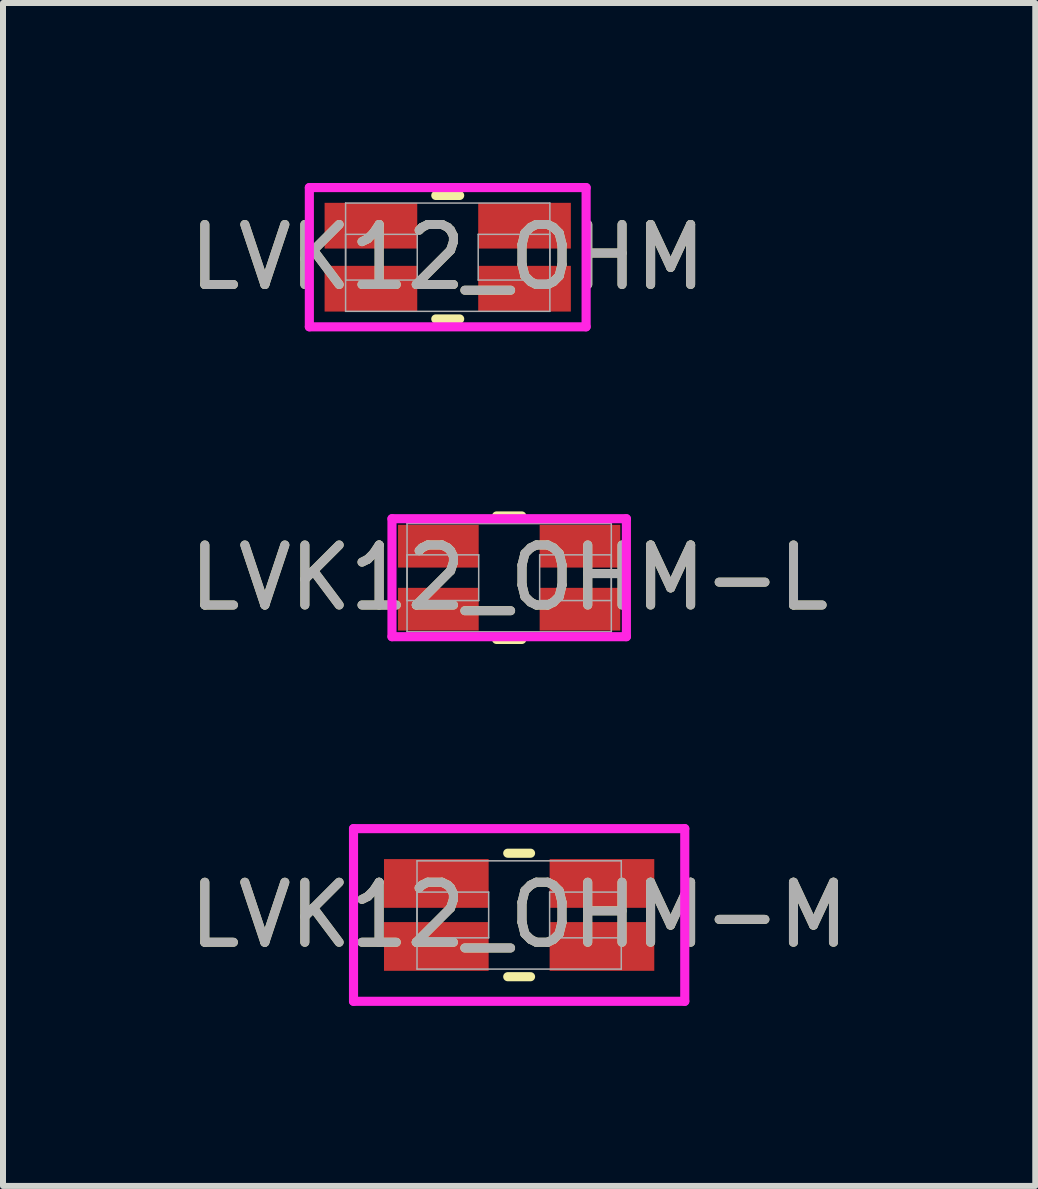
<source format=kicad_pcb>
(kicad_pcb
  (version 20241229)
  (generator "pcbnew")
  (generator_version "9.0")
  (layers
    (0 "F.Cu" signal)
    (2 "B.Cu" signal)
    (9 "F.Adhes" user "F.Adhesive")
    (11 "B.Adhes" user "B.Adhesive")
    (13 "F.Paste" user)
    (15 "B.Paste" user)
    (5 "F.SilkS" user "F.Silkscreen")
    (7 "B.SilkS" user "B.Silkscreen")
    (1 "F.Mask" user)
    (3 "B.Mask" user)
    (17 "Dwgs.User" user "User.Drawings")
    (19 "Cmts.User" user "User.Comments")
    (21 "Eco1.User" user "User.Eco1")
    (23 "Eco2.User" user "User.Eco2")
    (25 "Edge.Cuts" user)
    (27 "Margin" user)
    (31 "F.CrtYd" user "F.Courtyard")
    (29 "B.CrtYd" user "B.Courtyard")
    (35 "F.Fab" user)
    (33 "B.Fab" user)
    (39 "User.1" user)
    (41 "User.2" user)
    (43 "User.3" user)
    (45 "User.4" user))
  (footprint "LVK12_OHM-M"
    (layer "F.Cu")
    (at 5.601 12.197)
    (property "Reference" "LVK12_OHM-M" (at 0 0 0) (unlocked yes) (layer "F.SilkS") (effects (font (size 1 1) (thickness 0.15))))
    (attr smd)
    (fp_line (start -0.19 1.029) (end 0.19 1.029) (stroke (width 0.152) (type solid)) (layer "F.SilkS"))
    (fp_line (start 0.19 -1.029) (end -0.19 -1.029) (stroke (width 0.152) (type solid)) (layer "F.SilkS"))
    (fp_line (start -2.76 -1.439) (end 2.76 -1.439) (stroke (width 0.152) (type solid)) (layer "F.CrtYd"))
    (fp_line (start -2.76 1.439) (end -2.76 -1.439) (stroke (width 0.152) (type solid)) (layer "F.CrtYd"))
    (fp_line (start 2.76 -1.439) (end 2.76 1.439) (stroke (width 0.152) (type solid)) (layer "F.CrtYd"))
    (fp_line (start 2.76 1.439) (end -2.76 1.439) (stroke (width 0.152) (type solid)) (layer "F.CrtYd"))
    (fp_line (start -1.702 -0.902) (end -1.702 0.902) (stroke (width 0.025) (type solid)) (layer "F.Fab"))
    (fp_line (start -1.702 -0.381) (end -1.702 0.381) (stroke (width 0.025) (type solid)) (layer "F.Fab"))
    (fp_line (start -1.702 0.381) (end -0.508 0.381) (stroke (width 0.025) (type solid)) (layer "F.Fab"))
    (fp_line (start -1.702 0.902) (end 1.702 0.902) (stroke (width 0.025) (type solid)) (layer "F.Fab"))
    (fp_line (start -0.508 -0.381) (end -1.702 -0.381) (stroke (width 0.025) (type solid)) (layer "F.Fab"))
    (fp_line (start -0.508 0.381) (end -0.508 -0.381) (stroke (width 0.025) (type solid)) (layer "F.Fab"))
    (fp_line (start 0.508 -0.381) (end 0.508 0.381) (stroke (width 0.025) (type solid)) (layer "F.Fab"))
    (fp_line (start 0.508 0.381) (end 1.702 0.381) (stroke (width 0.025) (type solid)) (layer "F.Fab"))
    (fp_line (start 1.702 -0.902) (end -1.702 -0.902) (stroke (width 0.025) (type solid)) (layer "F.Fab"))
    (fp_line (start 1.702 -0.381) (end 0.508 -0.381) (stroke (width 0.025) (type solid)) (layer "F.Fab"))
    (fp_line (start 1.702 0.381) (end 1.702 -0.381) (stroke (width 0.025) (type solid)) (layer "F.Fab"))
    (fp_line (start 1.702 0.902) (end 1.702 -0.902) (stroke (width 0.025) (type solid)) (layer "F.Fab"))
    (fp_text user "${REFERENCE}" (at 0 0 0) (unlocked yes) (layer "F.Fab") (effects (font (size 1 1) (thickness 0.15))))
    (pad "1" smd rect (at -1.38 -0.525) (size 1.744 0.812) (layers "F.Cu" "F.Mask" "F.Paste"))
    (pad "2" smd rect (at -1.38 0.525) (size 1.744 0.812) (layers "F.Cu" "F.Mask" "F.Paste"))
    (pad "3" smd rect (at 1.38 0.525) (size 1.744 0.812) (layers "F.Cu" "F.Mask" "F.Paste"))
    (pad "4" smd rect (at 1.38 -0.525) (size 1.744 0.812) (layers "F.Cu" "F.Mask" "F.Paste"))
    (zone (net_name "") (layer "F.Cu") (hatch full 0.508) (connect_pads) (min_thickness 0.254) (filled_areas_thickness no) (keepout (tracks not_allowed) (vias not_allowed) (pads allowed) (copperpour not_allowed) (footprints allowed)) (placement (enabled no)) (fill) (polygon (pts (xy 5.144 11.347) (xy 6.058 11.347) (xy 6.058 13.048) (xy 5.144 13.048)))))
  (footprint "LVK12_OHM-L"
    (layer "F.Cu")
    (at 5.435 6.577)
    (property "Reference" "LVK12_OHM-L" (at 0 0 0) (unlocked yes) (layer "F.SilkS") (effects (font (size 1 1) (thickness 0.15))))
    (attr smd)
    (fp_line (start -0.21 1.029) (end 0.21 1.029) (stroke (width 0.152) (type solid)) (layer "F.SilkS"))
    (fp_line (start 0.21 -1.029) (end -0.21 -1.029) (stroke (width 0.152) (type solid)) (layer "F.SilkS"))
    (fp_line (start -1.953 -0.983) (end 1.953 -0.983) (stroke (width 0.152) (type solid)) (layer "F.CrtYd"))
    (fp_line (start -1.953 0.983) (end -1.953 -0.983) (stroke (width 0.152) (type solid)) (layer "F.CrtYd"))
    (fp_line (start 1.953 -0.983) (end 1.953 0.983) (stroke (width 0.152) (type solid)) (layer "F.CrtYd"))
    (fp_line (start 1.953 0.983) (end -1.953 0.983) (stroke (width 0.152) (type solid)) (layer "F.CrtYd"))
    (fp_line (start -1.702 -0.902) (end -1.702 0.902) (stroke (width 0.025) (type solid)) (layer "F.Fab"))
    (fp_line (start -1.702 -0.381) (end -1.702 0.381) (stroke (width 0.025) (type solid)) (layer "F.Fab"))
    (fp_line (start -1.702 0.381) (end -0.508 0.381) (stroke (width 0.025) (type solid)) (layer "F.Fab"))
    (fp_line (start -1.702 0.902) (end 1.702 0.902) (stroke (width 0.025) (type solid)) (layer "F.Fab"))
    (fp_line (start -0.508 -0.381) (end -1.702 -0.381) (stroke (width 0.025) (type solid)) (layer "F.Fab"))
    (fp_line (start -0.508 0.381) (end -0.508 -0.381) (stroke (width 0.025) (type solid)) (layer "F.Fab"))
    (fp_line (start 0.508 -0.381) (end 0.508 0.381) (stroke (width 0.025) (type solid)) (layer "F.Fab"))
    (fp_line (start 0.508 0.381) (end 1.702 0.381) (stroke (width 0.025) (type solid)) (layer "F.Fab"))
    (fp_line (start 1.702 -0.902) (end -1.702 -0.902) (stroke (width 0.025) (type solid)) (layer "F.Fab"))
    (fp_line (start 1.702 -0.381) (end 0.508 -0.381) (stroke (width 0.025) (type solid)) (layer "F.Fab"))
    (fp_line (start 1.702 0.381) (end 1.702 -0.381) (stroke (width 0.025) (type solid)) (layer "F.Fab"))
    (fp_line (start 1.702 0.902) (end 1.702 -0.902) (stroke (width 0.025) (type solid)) (layer "F.Fab"))
    (fp_text user "${REFERENCE}" (at 0 0 0) (unlocked yes) (layer "F.Fab") (effects (font (size 1 1) (thickness 0.15))))
    (pad "1" smd rect (at -1.18 -0.525) (size 1.344 0.712) (layers "F.Cu" "F.Mask" "F.Paste"))
    (pad "2" smd rect (at -1.18 0.525) (size 1.344 0.712) (layers "F.Cu" "F.Mask" "F.Paste"))
    (pad "3" smd rect (at 1.18 0.525) (size 1.344 0.712) (layers "F.Cu" "F.Mask" "F.Paste"))
    (pad "4" smd rect (at 1.18 -0.525) (size 1.344 0.712) (layers "F.Cu" "F.Mask" "F.Paste"))
    (zone (net_name "") (layer "F.Cu") (hatch full 0.508) (connect_pads) (min_thickness 0.254) (filled_areas_thickness no) (keepout (tracks not_allowed) (vias not_allowed) (pads allowed) (copperpour not_allowed) (footprints allowed)) (placement (enabled no)) (fill) (polygon (pts (xy 4.977 5.726) (xy 5.892 5.726) (xy 5.892 7.428) (xy 4.977 7.428)))))
  (footprint "LVK12_OHM"
    (layer "F.Cu")
    (at 4.411 1.236)
    (property "Reference" "LVK12_OHM" (at 0 0 0) (unlocked yes) (layer "F.SilkS") (effects (font (size 1 1) (thickness 0.15))))
    (attr smd)
    (fp_line (start -0.199 1.029) (end 0.199 1.029) (stroke (width 0.152) (type solid)) (layer "F.SilkS"))
    (fp_line (start 0.199 -1.029) (end -0.199 -1.029) (stroke (width 0.152) (type solid)) (layer "F.SilkS"))
    (fp_line (start -2.306 -1.16) (end 2.306 -1.16) (stroke (width 0.152) (type solid)) (layer "F.CrtYd"))
    (fp_line (start -2.306 1.16) (end -2.306 -1.16) (stroke (width 0.152) (type solid)) (layer "F.CrtYd"))
    (fp_line (start 2.306 -1.16) (end 2.306 1.16) (stroke (width 0.152) (type solid)) (layer "F.CrtYd"))
    (fp_line (start 2.306 1.16) (end -2.306 1.16) (stroke (width 0.152) (type solid)) (layer "F.CrtYd"))
    (fp_line (start -1.702 -0.902) (end -1.702 0.902) (stroke (width 0.025) (type solid)) (layer "F.Fab"))
    (fp_line (start -1.702 -0.381) (end -1.702 0.381) (stroke (width 0.025) (type solid)) (layer "F.Fab"))
    (fp_line (start -1.702 0.381) (end -0.508 0.381) (stroke (width 0.025) (type solid)) (layer "F.Fab"))
    (fp_line (start -1.702 0.902) (end 1.702 0.902) (stroke (width 0.025) (type solid)) (layer "F.Fab"))
    (fp_line (start -0.508 -0.381) (end -1.702 -0.381) (stroke (width 0.025) (type solid)) (layer "F.Fab"))
    (fp_line (start -0.508 0.381) (end -0.508 -0.381) (stroke (width 0.025) (type solid)) (layer "F.Fab"))
    (fp_line (start 0.508 -0.381) (end 0.508 0.381) (stroke (width 0.025) (type solid)) (layer "F.Fab"))
    (fp_line (start 0.508 0.381) (end 1.702 0.381) (stroke (width 0.025) (type solid)) (layer "F.Fab"))
    (fp_line (start 1.702 -0.902) (end -1.702 -0.902) (stroke (width 0.025) (type solid)) (layer "F.Fab"))
    (fp_line (start 1.702 -0.381) (end 0.508 -0.381) (stroke (width 0.025) (type solid)) (layer "F.Fab"))
    (fp_line (start 1.702 0.381) (end 1.702 -0.381) (stroke (width 0.025) (type solid)) (layer "F.Fab"))
    (fp_line (start 1.702 0.902) (end 1.702 -0.902) (stroke (width 0.025) (type solid)) (layer "F.Fab"))
    (fp_text user "${REFERENCE}" (at 0 0 0) (unlocked yes) (layer "F.Fab") (effects (font (size 1 1) (thickness 0.15))))
    (pad "1" smd rect (at -1.28 -0.525) (size 1.544 0.762) (layers "F.Cu" "F.Mask" "F.Paste"))
    (pad "2" smd rect (at -1.28 0.525) (size 1.544 0.762) (layers "F.Cu" "F.Mask" "F.Paste"))
    (pad "3" smd rect (at 1.28 0.525) (size 1.544 0.762) (layers "F.Cu" "F.Mask" "F.Paste"))
    (pad "4" smd rect (at 1.28 -0.525) (size 1.544 0.762) (layers "F.Cu" "F.Mask" "F.Paste"))
    (zone (net_name "") (layer "F.Cu") (hatch full 0.508) (connect_pads) (min_thickness 0.254) (filled_areas_thickness no) (keepout (tracks not_allowed) (vias not_allowed) (pads allowed) (copperpour not_allowed) (footprints allowed)) (placement (enabled no)) (fill) (polygon (pts (xy 3.954 0.385) (xy 4.868 0.385) (xy 4.868 2.087) (xy 3.954 2.087)))))
  (gr_rect
    (start -3 -3)
    (end 14.202 16.713)
    (stroke (width 0.1) (type default))
    (fill no)
    (layer "Edge.Cuts")))
</source>
